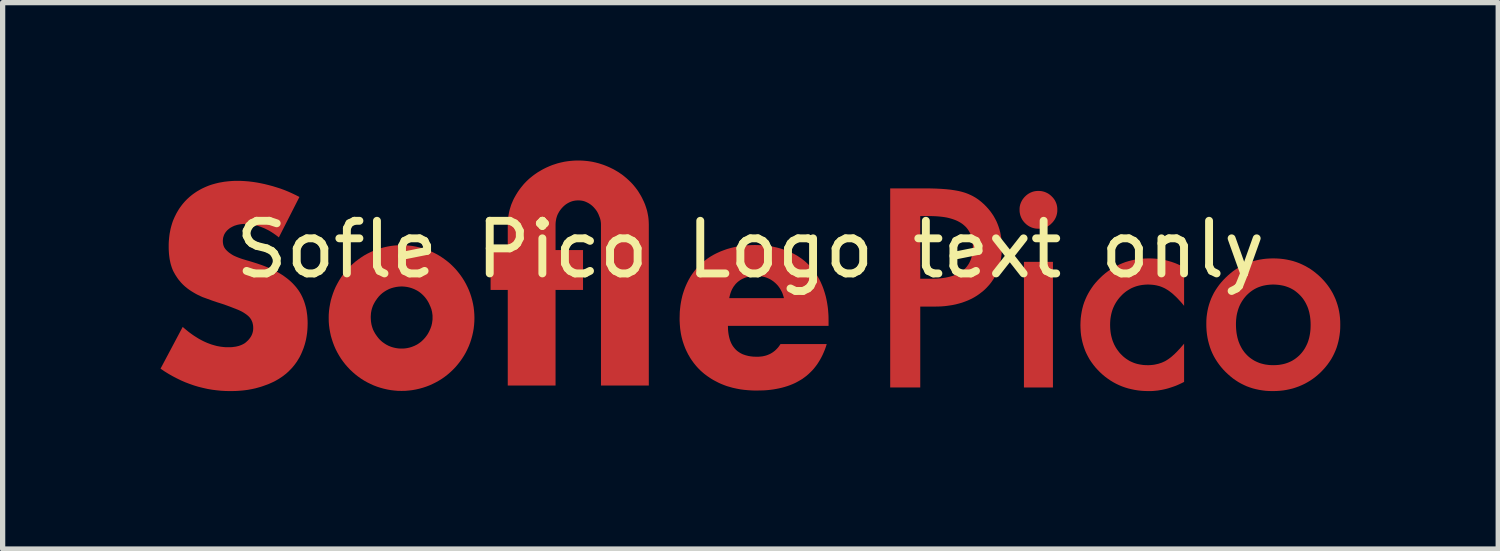
<source format=kicad_pcb>
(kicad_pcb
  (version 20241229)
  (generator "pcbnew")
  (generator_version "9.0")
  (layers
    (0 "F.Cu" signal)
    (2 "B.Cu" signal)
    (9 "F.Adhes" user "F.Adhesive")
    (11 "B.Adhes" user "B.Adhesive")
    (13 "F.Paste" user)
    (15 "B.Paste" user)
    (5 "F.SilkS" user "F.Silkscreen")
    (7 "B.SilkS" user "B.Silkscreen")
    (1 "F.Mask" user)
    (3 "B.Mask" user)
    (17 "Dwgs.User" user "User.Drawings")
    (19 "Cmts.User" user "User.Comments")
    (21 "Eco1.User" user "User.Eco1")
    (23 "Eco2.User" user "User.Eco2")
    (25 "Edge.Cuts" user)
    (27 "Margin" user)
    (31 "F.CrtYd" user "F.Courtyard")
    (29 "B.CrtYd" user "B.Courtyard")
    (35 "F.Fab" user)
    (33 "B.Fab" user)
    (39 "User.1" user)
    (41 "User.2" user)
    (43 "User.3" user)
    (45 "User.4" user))
  (footprint "Sofle Pico Logo text only"
    (layer "F.Cu")
    (at 11.207 2.19)
    (property "Reference" "Sofle Pico Logo text only" (at 0 -0.5 0) (unlocked yes) (layer "F.SilkS") (effects (font (size 1 1) (thickness 0.15))))
    (fp_poly (pts (xy 5.748 2.122) (xy 5.197 2.122) (xy 5.197 -0.265) (xy 5.748 -0.265)) (stroke (width 0) (type solid)) (fill yes) (layer "F.Cu"))
    (fp_poly (pts (xy 5.49 -1.612) (xy 5.508 -1.611) (xy 5.526 -1.609) (xy 5.543 -1.606) (xy 5.56 -1.602) (xy 5.577 -1.598) (xy 5.594 -1.592) (xy 5.61 -1.586) (xy 5.625 -1.579) (xy 5.641 -1.571) (xy 5.656 -1.563) (xy 5.671 -1.553) (xy 5.685 -1.543) (xy 5.699 -1.532) (xy 5.713 -1.52) (xy 5.726 -1.507) (xy 5.739 -1.494) (xy 5.751 -1.481) (xy 5.762 -1.467) (xy 5.772 -1.453) (xy 5.782 -1.438) (xy 5.79 -1.423) (xy 5.798 -1.408) (xy 5.805 -1.392) (xy 5.811 -1.377) (xy 5.817 -1.36) (xy 5.821 -1.344) (xy 5.825 -1.326) (xy 5.828 -1.309) (xy 5.83 -1.291) (xy 5.831 -1.273) (xy 5.831 -1.255) (xy 5.831 -1.236) (xy 5.83 -1.218) (xy 5.828 -1.2) (xy 5.825 -1.183) (xy 5.821 -1.166) (xy 5.817 -1.149) (xy 5.811 -1.132) (xy 5.805 -1.116) (xy 5.798 -1.1) (xy 5.79 -1.085) (xy 5.782 -1.07) (xy 5.772 -1.055) (xy 5.762 -1.041) (xy 5.751 -1.027) (xy 5.739 -1.013) (xy 5.726 -1) (xy 5.713 -0.987) (xy 5.7 -0.975) (xy 5.686 -0.964) (xy 5.672 -0.954) (xy 5.657 -0.944) (xy 5.642 -0.936) (xy 5.627 -0.928) (xy 5.612 -0.921) (xy 5.596 -0.915) (xy 5.579 -0.909) (xy 5.563 -0.905) (xy 5.546 -0.901) (xy 5.528 -0.898) (xy 5.51 -0.896) (xy 5.492 -0.895) (xy 5.474 -0.894) (xy 5.455 -0.895) (xy 5.437 -0.896) (xy 5.419 -0.898) (xy 5.402 -0.901) (xy 5.385 -0.905) (xy 5.368 -0.909) (xy 5.351 -0.915) (xy 5.335 -0.921) (xy 5.32 -0.928) (xy 5.304 -0.936) (xy 5.289 -0.944) (xy 5.274 -0.954) (xy 5.26 -0.964) (xy 5.246 -0.975) (xy 5.232 -0.987) (xy 5.219 -1) (xy 5.206 -1.013) (xy 5.194 -1.027) (xy 5.183 -1.041) (xy 5.173 -1.055) (xy 5.163 -1.07) (xy 5.155 -1.085) (xy 5.147 -1.101) (xy 5.14 -1.117) (xy 5.134 -1.133) (xy 5.128 -1.15) (xy 5.124 -1.167) (xy 5.12 -1.184) (xy 5.117 -1.202) (xy 5.115 -1.22) (xy 5.114 -1.238) (xy 5.114 -1.257) (xy 5.114 -1.275) (xy 5.115 -1.293) (xy 5.117 -1.31) (xy 5.12 -1.327) (xy 5.124 -1.344) (xy 5.128 -1.36) (xy 5.134 -1.376) (xy 5.14 -1.392) (xy 5.147 -1.407) (xy 5.155 -1.422) (xy 5.163 -1.437) (xy 5.173 -1.452) (xy 5.183 -1.466) (xy 5.194 -1.48) (xy 5.206 -1.494) (xy 5.219 -1.507) (xy 5.232 -1.52) (xy 5.246 -1.532) (xy 5.26 -1.543) (xy 5.274 -1.553) (xy 5.289 -1.563) (xy 5.304 -1.571) (xy 5.319 -1.579) (xy 5.335 -1.586) (xy 5.351 -1.592) (xy 5.367 -1.598) (xy 5.383 -1.602) (xy 5.4 -1.606) (xy 5.418 -1.609) (xy 5.435 -1.611) (xy 5.453 -1.612) (xy 5.471 -1.612)) (stroke (width 0) (type solid)) (fill yes) (layer "F.Cu"))
    (fp_poly (pts (xy 3.418 -1.66) (xy 3.526 -1.657) (xy 3.626 -1.652) (xy 3.72 -1.645) (xy 3.806 -1.636) (xy 3.885 -1.624) (xy 3.956 -1.611) (xy 4.021 -1.595) (xy 4.051 -1.586) (xy 4.081 -1.577) (xy 4.11 -1.566) (xy 4.139 -1.555) (xy 4.168 -1.542) (xy 4.196 -1.529) (xy 4.224 -1.515) (xy 4.251 -1.5) (xy 4.278 -1.484) (xy 4.304 -1.467) (xy 4.33 -1.449) (xy 4.355 -1.43) (xy 4.38 -1.41) (xy 4.404 -1.389) (xy 4.428 -1.368) (xy 4.452 -1.345) (xy 4.491 -1.305) (xy 4.528 -1.263) (xy 4.563 -1.22) (xy 4.594 -1.176) (xy 4.624 -1.13) (xy 4.65 -1.083) (xy 4.675 -1.035) (xy 4.696 -0.985) (xy 4.715 -0.934) (xy 4.732 -0.882) (xy 4.746 -0.829) (xy 4.757 -0.774) (xy 4.766 -0.718) (xy 4.773 -0.66) (xy 4.776 -0.602) (xy 4.778 -0.542) (xy 4.776 -0.478) (xy 4.772 -0.415) (xy 4.765 -0.354) (xy 4.756 -0.295) (xy 4.744 -0.238) (xy 4.729 -0.182) (xy 4.711 -0.128) (xy 4.691 -0.076) (xy 4.668 -0.025) (xy 4.642 0.023) (xy 4.613 0.071) (xy 4.582 0.116) (xy 4.548 0.16) (xy 4.511 0.202) (xy 4.472 0.243) (xy 4.43 0.282) (xy 4.385 0.318) (xy 4.339 0.353) (xy 4.291 0.385) (xy 4.241 0.415) (xy 4.189 0.442) (xy 4.135 0.467) (xy 4.079 0.489) (xy 4.021 0.51) (xy 3.962 0.527) (xy 3.9 0.543) (xy 3.837 0.556) (xy 3.771 0.566) (xy 3.704 0.575) (xy 3.635 0.581) (xy 3.564 0.584) (xy 3.491 0.585) (xy 3.227 0.585) (xy 3.227 2.122) (xy 2.656 2.122) (xy 2.656 -1.135) (xy 3.227 -1.135) (xy 3.227 0.056) (xy 3.44 0.056) (xy 3.535 0.054) (xy 3.624 0.047) (xy 3.707 0.035) (xy 3.784 0.018) (xy 3.82 0.008) (xy 3.855 -0.003) (xy 3.888 -0.015) (xy 3.919 -0.029) (xy 3.949 -0.044) (xy 3.978 -0.06) (xy 4.004 -0.077) (xy 4.03 -0.095) (xy 4.054 -0.115) (xy 4.076 -0.135) (xy 4.097 -0.157) (xy 4.116 -0.18) (xy 4.133 -0.204) (xy 4.15 -0.23) (xy 4.164 -0.256) (xy 4.177 -0.284) (xy 4.189 -0.313) (xy 4.199 -0.343) (xy 4.207 -0.375) (xy 4.214 -0.407) (xy 4.219 -0.441) (xy 4.223 -0.476) (xy 4.226 -0.512) (xy 4.226 -0.549) (xy 4.226 -0.585) (xy 4.223 -0.62) (xy 4.219 -0.654) (xy 4.214 -0.686) (xy 4.207 -0.718) (xy 4.198 -0.748) (xy 4.188 -0.777) (xy 4.176 -0.805) (xy 4.162 -0.832) (xy 4.147 -0.858) (xy 4.131 -0.882) (xy 4.112 -0.906) (xy 4.093 -0.928) (xy 4.071 -0.949) (xy 4.048 -0.969) (xy 4.024 -0.988) (xy 3.997 -1.006) (xy 3.97 -1.022) (xy 3.94 -1.038) (xy 3.91 -1.052) (xy 3.877 -1.065) (xy 3.843 -1.077) (xy 3.807 -1.088) (xy 3.77 -1.098) (xy 3.731 -1.107) (xy 3.691 -1.114) (xy 3.649 -1.12) (xy 3.605 -1.125) (xy 3.56 -1.129) (xy 3.514 -1.132) (xy 3.465 -1.134) (xy 3.415 -1.135) (xy 3.227 -1.135) (xy 2.656 -1.135) (xy 2.656 -1.661) (xy 3.303 -1.661)) (stroke (width 0) (type solid)) (fill yes) (layer "F.Cu"))
    (fp_poly (pts (xy 7.618 -0.33) (xy 7.661 -0.328) (xy 7.705 -0.325) (xy 7.748 -0.32) (xy 7.79 -0.314) (xy 7.833 -0.307) (xy 7.875 -0.299) (xy 7.917 -0.289) (xy 7.958 -0.277) (xy 8 -0.265) (xy 8.04 -0.251) (xy 8.081 -0.236) (xy 8.121 -0.219) (xy 8.161 -0.201) (xy 8.201 -0.182) (xy 8.24 -0.162) (xy 8.24 -0.162) (xy 8.24 -0.162) (xy 8.24 0.571) (xy 8.194 0.515) (xy 8.171 0.489) (xy 8.148 0.465) (xy 8.126 0.441) (xy 8.104 0.418) (xy 8.083 0.397) (xy 8.061 0.377) (xy 8.04 0.357) (xy 8.02 0.339) (xy 7.999 0.322) (xy 7.979 0.307) (xy 7.96 0.292) (xy 7.94 0.278) (xy 7.921 0.266) (xy 7.902 0.255) (xy 7.884 0.244) (xy 7.865 0.234) (xy 7.845 0.225) (xy 7.825 0.216) (xy 7.805 0.208) (xy 7.785 0.201) (xy 7.764 0.194) (xy 7.742 0.189) (xy 7.72 0.183) (xy 7.698 0.179) (xy 7.676 0.175) (xy 7.653 0.172) (xy 7.629 0.17) (xy 7.605 0.168) (xy 7.581 0.167) (xy 7.557 0.166) (xy 7.518 0.167) (xy 7.48 0.17) (xy 7.444 0.174) (xy 7.408 0.18) (xy 7.372 0.188) (xy 7.338 0.197) (xy 7.305 0.208) (xy 7.272 0.221) (xy 7.24 0.235) (xy 7.209 0.252) (xy 7.179 0.27) (xy 7.149 0.289) (xy 7.121 0.31) (xy 7.093 0.333) (xy 7.066 0.358) (xy 7.04 0.385) (xy 7.015 0.412) (xy 6.991 0.441) (xy 6.97 0.47) (xy 6.95 0.5) (xy 6.931 0.532) (xy 6.914 0.564) (xy 6.899 0.596) (xy 6.885 0.63) (xy 6.873 0.665) (xy 6.863 0.7) (xy 6.854 0.737) (xy 6.847 0.774) (xy 6.841 0.812) (xy 6.837 0.851) (xy 6.835 0.89) (xy 6.834 0.931) (xy 6.835 0.972) (xy 6.837 1.013) (xy 6.841 1.053) (xy 6.846 1.091) (xy 6.853 1.129) (xy 6.862 1.166) (xy 6.872 1.202) (xy 6.883 1.237) (xy 6.897 1.271) (xy 6.911 1.304) (xy 6.928 1.336) (xy 6.945 1.367) (xy 6.965 1.397) (xy 6.986 1.426) (xy 7.008 1.455) (xy 7.032 1.482) (xy 7.058 1.508) (xy 7.084 1.533) (xy 7.112 1.556) (xy 7.14 1.577) (xy 7.169 1.596) (xy 7.198 1.614) (xy 7.229 1.63) (xy 7.261 1.644) (xy 7.293 1.657) (xy 7.327 1.668) (xy 7.361 1.677) (xy 7.396 1.684) (xy 7.432 1.69) (xy 7.468 1.695) (xy 7.506 1.697) (xy 7.544 1.698) (xy 7.569 1.698) (xy 7.593 1.697) (xy 7.617 1.695) (xy 7.641 1.693) (xy 7.664 1.69) (xy 7.687 1.686) (xy 7.709 1.681) (xy 7.731 1.676) (xy 7.753 1.671) (xy 7.774 1.664) (xy 7.795 1.657) (xy 7.816 1.65) (xy 7.836 1.641) (xy 7.856 1.632) (xy 7.876 1.623) (xy 7.895 1.612) (xy 7.913 1.601) (xy 7.932 1.589) (xy 7.952 1.575) (xy 7.971 1.561) (xy 7.992 1.545) (xy 8.012 1.528) (xy 8.033 1.509) (xy 8.055 1.49) (xy 8.076 1.469) (xy 8.099 1.447) (xy 8.121 1.423) (xy 8.144 1.399) (xy 8.168 1.373) (xy 8.191 1.346) (xy 8.216 1.318) (xy 8.24 1.289) (xy 8.24 2.016) (xy 8.198 2.037) (xy 8.156 2.057) (xy 8.114 2.076) (xy 8.072 2.093) (xy 8.03 2.108) (xy 7.988 2.122) (xy 7.947 2.135) (xy 7.905 2.147) (xy 7.863 2.157) (xy 7.821 2.166) (xy 7.779 2.173) (xy 7.737 2.18) (xy 7.695 2.184) (xy 7.653 2.188) (xy 7.611 2.19) (xy 7.569 2.19) (xy 7.5 2.189) (xy 7.433 2.185) (xy 7.368 2.178) (xy 7.303 2.168) (xy 7.241 2.155) (xy 7.179 2.14) (xy 7.119 2.122) (xy 7.06 2.101) (xy 7.003 2.077) (xy 6.948 2.051) (xy 6.893 2.021) (xy 6.84 1.989) (xy 6.789 1.954) (xy 6.739 1.917) (xy 6.69 1.876) (xy 6.643 1.833) (xy 6.598 1.787) (xy 6.555 1.74) (xy 6.516 1.691) (xy 6.48 1.642) (xy 6.446 1.591) (xy 6.416 1.538) (xy 6.388 1.484) (xy 6.363 1.429) (xy 6.342 1.372) (xy 6.323 1.314) (xy 6.307 1.255) (xy 6.294 1.195) (xy 6.283 1.133) (xy 6.276 1.069) (xy 6.272 1.004) (xy 6.27 0.938) (xy 6.272 0.872) (xy 6.276 0.807) (xy 6.284 0.744) (xy 6.294 0.682) (xy 6.307 0.621) (xy 6.323 0.561) (xy 6.342 0.503) (xy 6.365 0.446) (xy 6.39 0.39) (xy 6.418 0.336) (xy 6.449 0.283) (xy 6.483 0.231) (xy 6.519 0.18) (xy 6.559 0.131) (xy 6.602 0.083) (xy 6.648 0.037) (xy 6.695 -0.008) (xy 6.745 -0.05) (xy 6.795 -0.088) (xy 6.847 -0.124) (xy 6.9 -0.157) (xy 6.955 -0.187) (xy 7.011 -0.215) (xy 7.068 -0.239) (xy 7.126 -0.261) (xy 7.186 -0.279) (xy 7.248 -0.295) (xy 7.31 -0.308) (xy 7.374 -0.318) (xy 7.439 -0.325) (xy 7.506 -0.329) (xy 7.574 -0.331)) (stroke (width 0) (type solid)) (fill yes) (layer "F.Cu"))
    (fp_poly (pts (xy 10 -0.329) (xy 10.064 -0.325) (xy 10.128 -0.318) (xy 10.19 -0.308) (xy 10.251 -0.295) (xy 10.311 -0.28) (xy 10.37 -0.261) (xy 10.427 -0.24) (xy 10.483 -0.215) (xy 10.538 -0.188) (xy 10.591 -0.158) (xy 10.644 -0.126) (xy 10.695 -0.09) (xy 10.744 -0.051) (xy 10.793 -0.01) (xy 10.84 0.034) (xy 10.884 0.08) (xy 10.926 0.128) (xy 10.965 0.177) (xy 11.001 0.227) (xy 11.034 0.279) (xy 11.064 0.331) (xy 11.091 0.386) (xy 11.116 0.441) (xy 11.137 0.498) (xy 11.156 0.556) (xy 11.172 0.615) (xy 11.185 0.676) (xy 11.195 0.737) (xy 11.202 0.801) (xy 11.206 0.865) (xy 11.207 0.931) (xy 11.206 0.997) (xy 11.202 1.062) (xy 11.194 1.126) (xy 11.184 1.188) (xy 11.171 1.249) (xy 11.155 1.309) (xy 11.137 1.367) (xy 11.115 1.424) (xy 11.09 1.48) (xy 11.063 1.534) (xy 11.033 1.587) (xy 10.999 1.638) (xy 10.963 1.688) (xy 10.924 1.737) (xy 10.882 1.784) (xy 10.838 1.83) (xy 10.79 1.874) (xy 10.742 1.915) (xy 10.692 1.953) (xy 10.641 1.988) (xy 10.588 2.02) (xy 10.534 2.05) (xy 10.479 2.076) (xy 10.423 2.1) (xy 10.365 2.121) (xy 10.306 2.14) (xy 10.245 2.155) (xy 10.184 2.168) (xy 10.121 2.178) (xy 10.056 2.185) (xy 9.991 2.189) (xy 9.924 2.19) (xy 9.857 2.189) (xy 9.792 2.185) (xy 9.728 2.177) (xy 9.666 2.167) (xy 9.605 2.154) (xy 9.546 2.139) (xy 9.487 2.12) (xy 9.43 2.099) (xy 9.375 2.074) (xy 9.321 2.047) (xy 9.268 2.017) (xy 9.217 1.984) (xy 9.166 1.948) (xy 9.118 1.909) (xy 9.07 1.867) (xy 9.024 1.823) (xy 8.98 1.777) (xy 8.939 1.729) (xy 8.901 1.68) (xy 8.866 1.63) (xy 8.833 1.578) (xy 8.803 1.525) (xy 8.776 1.47) (xy 8.752 1.414) (xy 8.731 1.356) (xy 8.713 1.297) (xy 8.697 1.236) (xy 8.684 1.174) (xy 8.674 1.111) (xy 8.667 1.046) (xy 8.663 0.979) (xy 8.662 0.921) (xy 9.225 0.921) (xy 9.226 0.965) (xy 9.228 1.008) (xy 9.232 1.05) (xy 9.237 1.091) (xy 9.244 1.13) (xy 9.252 1.168) (xy 9.262 1.206) (xy 9.273 1.242) (xy 9.286 1.276) (xy 9.3 1.31) (xy 9.316 1.342) (xy 9.333 1.374) (xy 9.351 1.404) (xy 9.372 1.433) (xy 9.393 1.461) (xy 9.416 1.487) (xy 9.441 1.513) (xy 9.467 1.537) (xy 9.494 1.559) (xy 9.522 1.579) (xy 9.551 1.598) (xy 9.581 1.616) (xy 9.612 1.631) (xy 9.644 1.645) (xy 9.676 1.658) (xy 9.71 1.668) (xy 9.745 1.677) (xy 9.781 1.685) (xy 9.817 1.69) (xy 9.855 1.695) (xy 9.894 1.697) (xy 9.933 1.698) (xy 9.973 1.697) (xy 10.012 1.695) (xy 10.05 1.691) (xy 10.087 1.685) (xy 10.123 1.678) (xy 10.158 1.669) (xy 10.192 1.658) (xy 10.224 1.646) (xy 10.256 1.632) (xy 10.287 1.617) (xy 10.317 1.599) (xy 10.345 1.581) (xy 10.373 1.56) (xy 10.4 1.538) (xy 10.426 1.515) (xy 10.45 1.49) (xy 10.474 1.463) (xy 10.496 1.435) (xy 10.516 1.407) (xy 10.535 1.377) (xy 10.552 1.346) (xy 10.568 1.314) (xy 10.583 1.281) (xy 10.596 1.246) (xy 10.607 1.211) (xy 10.617 1.175) (xy 10.625 1.137) (xy 10.632 1.099) (xy 10.637 1.059) (xy 10.641 1.018) (xy 10.643 0.976) (xy 10.644 0.933) (xy 10.643 0.89) (xy 10.641 0.849) (xy 10.637 0.808) (xy 10.632 0.768) (xy 10.625 0.73) (xy 10.617 0.692) (xy 10.607 0.656) (xy 10.596 0.62) (xy 10.583 0.586) (xy 10.568 0.553) (xy 10.552 0.521) (xy 10.535 0.49) (xy 10.516 0.46) (xy 10.496 0.431) (xy 10.474 0.404) (xy 10.45 0.377) (xy 10.425 0.352) (xy 10.399 0.328) (xy 10.372 0.306) (xy 10.345 0.285) (xy 10.316 0.266) (xy 10.286 0.249) (xy 10.255 0.233) (xy 10.223 0.219) (xy 10.19 0.207) (xy 10.157 0.196) (xy 10.122 0.187) (xy 10.086 0.18) (xy 10.049 0.174) (xy 10.012 0.17) (xy 9.973 0.167) (xy 9.933 0.166) (xy 9.894 0.167) (xy 9.856 0.17) (xy 9.819 0.174) (xy 9.783 0.18) (xy 9.748 0.187) (xy 9.713 0.196) (xy 9.68 0.207) (xy 9.647 0.219) (xy 9.616 0.233) (xy 9.585 0.249) (xy 9.556 0.266) (xy 9.527 0.285) (xy 9.499 0.306) (xy 9.472 0.328) (xy 9.446 0.352) (xy 9.421 0.377) (xy 9.398 0.404) (xy 9.375 0.432) (xy 9.355 0.461) (xy 9.336 0.49) (xy 9.318 0.521) (xy 9.302 0.552) (xy 9.287 0.585) (xy 9.274 0.619) (xy 9.263 0.653) (xy 9.253 0.688) (xy 9.244 0.725) (xy 9.237 0.762) (xy 9.232 0.801) (xy 9.228 0.84) (xy 9.226 0.88) (xy 9.225 0.921) (xy 8.662 0.921) (xy 8.662 0.911) (xy 8.662 0.911) (xy 8.663 0.847) (xy 8.667 0.785) (xy 8.675 0.723) (xy 8.685 0.663) (xy 8.698 0.603) (xy 8.714 0.545) (xy 8.733 0.489) (xy 8.754 0.433) (xy 8.779 0.379) (xy 8.806 0.325) (xy 8.837 0.273) (xy 8.87 0.223) (xy 8.906 0.173) (xy 8.945 0.125) (xy 8.987 0.078) (xy 9.032 0.032) (xy 9.079 -0.012) (xy 9.127 -0.053) (xy 9.176 -0.092) (xy 9.227 -0.127) (xy 9.279 -0.159) (xy 9.332 -0.189) (xy 9.386 -0.216) (xy 9.442 -0.24) (xy 9.499 -0.261) (xy 9.557 -0.28) (xy 9.617 -0.295) (xy 9.678 -0.308) (xy 9.74 -0.318) (xy 9.803 -0.325) (xy 9.868 -0.329) (xy 9.933 -0.331)) (stroke (width 0) (type solid)) (fill yes) (layer "F.Cu"))
    (fp_poly (pts (xy -3.237 -2.19) (xy -3.203 -2.189) (xy -3.17 -2.187) (xy -3.137 -2.184) (xy -3.104 -2.181) (xy -3.071 -2.177) (xy -3.039 -2.172) (xy -3.007 -2.167) (xy -2.975 -2.16) (xy -2.943 -2.153) (xy -2.912 -2.145) (xy -2.881 -2.137) (xy -2.85 -2.127) (xy -2.819 -2.117) (xy -2.789 -2.107) (xy -2.758 -2.095) (xy -2.728 -2.083) (xy -2.698 -2.07) (xy -2.669 -2.057) (xy -2.64 -2.043) (xy -2.611 -2.029) (xy -2.583 -2.014) (xy -2.556 -1.998) (xy -2.529 -1.982) (xy -2.502 -1.966) (xy -2.477 -1.948) (xy -2.451 -1.931) (xy -2.426 -1.913) (xy -2.402 -1.894) (xy -2.378 -1.874) (xy -2.355 -1.855) (xy -2.332 -1.834) (xy -2.309 -1.813) (xy -2.287 -1.792) (xy -2.265 -1.77) (xy -2.244 -1.748) (xy -2.224 -1.725) (xy -2.204 -1.701) (xy -2.185 -1.678) (xy -2.166 -1.653) (xy -2.148 -1.629) (xy -2.131 -1.604) (xy -2.115 -1.578) (xy -2.099 -1.552) (xy -2.083 -1.525) (xy -2.068 -1.498) (xy -2.054 -1.471) (xy -2.041 -1.443) (xy -2.027 -1.415) (xy -2.015 -1.387) (xy -2.003 -1.359) (xy -1.993 -1.33) (xy -1.983 -1.301) (xy -1.974 -1.272) (xy -1.965 -1.243) (xy -1.958 -1.213) (xy -1.952 -1.183) (xy -1.946 -1.153) (xy -1.941 -1.123) (xy -1.937 -1.092) (xy -1.934 -1.061) (xy -1.932 -1.029) (xy -1.931 -0.998) (xy -1.93 -0.966) (xy -1.93 2.085) (xy -2.839 2.085) (xy -2.839 -0.966) (xy -2.839 -0.977) (xy -2.839 -0.988) (xy -2.84 -0.999) (xy -2.841 -1.011) (xy -2.842 -1.021) (xy -2.844 -1.032) (xy -2.845 -1.043) (xy -2.847 -1.054) (xy -2.85 -1.064) (xy -2.852 -1.075) (xy -2.855 -1.085) (xy -2.858 -1.096) (xy -2.862 -1.106) (xy -2.866 -1.116) (xy -2.87 -1.127) (xy -2.874 -1.137) (xy -2.878 -1.147) (xy -2.882 -1.158) (xy -2.886 -1.168) (xy -2.891 -1.178) (xy -2.896 -1.188) (xy -2.901 -1.198) (xy -2.906 -1.207) (xy -2.911 -1.217) (xy -2.917 -1.226) (xy -2.923 -1.235) (xy -2.929 -1.244) (xy -2.936 -1.253) (xy -2.943 -1.262) (xy -2.95 -1.271) (xy -2.957 -1.279) (xy -2.964 -1.287) (xy -2.971 -1.295) (xy -2.978 -1.303) (xy -2.986 -1.311) (xy -2.993 -1.318) (xy -3.001 -1.325) (xy -3.009 -1.333) (xy -3.017 -1.339) (xy -3.026 -1.346) (xy -3.034 -1.353) (xy -3.043 -1.359) (xy -3.052 -1.365) (xy -3.061 -1.371) (xy -3.07 -1.377) (xy -3.08 -1.382) (xy -3.09 -1.387) (xy -3.1 -1.393) (xy -3.109 -1.397) (xy -3.119 -1.402) (xy -3.129 -1.406) (xy -3.139 -1.41) (xy -3.149 -1.414) (xy -3.159 -1.417) (xy -3.169 -1.42) (xy -3.18 -1.423) (xy -3.191 -1.425) (xy -3.202 -1.427) (xy -3.213 -1.429) (xy -3.224 -1.43) (xy -3.235 -1.431) (xy -3.247 -1.432) (xy -3.258 -1.433) (xy -3.27 -1.433) (xy -3.282 -1.433) (xy -3.294 -1.432) (xy -3.305 -1.431) (xy -3.317 -1.43) (xy -3.328 -1.429) (xy -3.34 -1.427) (xy -3.351 -1.425) (xy -3.362 -1.423) (xy -3.373 -1.42) (xy -3.384 -1.417) (xy -3.394 -1.414) (xy -3.405 -1.41) (xy -3.415 -1.406) (xy -3.426 -1.402) (xy -3.436 -1.397) (xy -3.446 -1.393) (xy -3.456 -1.387) (xy -3.466 -1.382) (xy -3.475 -1.377) (xy -3.484 -1.371) (xy -3.494 -1.365) (xy -3.503 -1.359) (xy -3.511 -1.353) (xy -3.52 -1.346) (xy -3.528 -1.339) (xy -3.536 -1.333) (xy -3.544 -1.325) (xy -3.552 -1.318) (xy -3.56 -1.311) (xy -3.567 -1.303) (xy -3.574 -1.295) (xy -3.581 -1.287) (xy -3.588 -1.28) (xy -3.595 -1.272) (xy -3.601 -1.264) (xy -3.608 -1.255) (xy -3.614 -1.247) (xy -3.62 -1.238) (xy -3.626 -1.23) (xy -3.632 -1.221) (xy -3.637 -1.211) (xy -3.643 -1.202) (xy -3.648 -1.192) (xy -3.653 -1.183) (xy -3.658 -1.173) (xy -3.663 -1.163) (xy -3.667 -1.152) (xy -3.672 -1.142) (xy -3.675 -1.131) (xy -3.679 -1.12) (xy -3.682 -1.109) (xy -3.685 -1.099) (xy -3.688 -1.088) (xy -3.69 -1.077) (xy -3.692 -1.066) (xy -3.694 -1.055) (xy -3.696 -1.044) (xy -3.698 -1.033) (xy -3.699 -1.022) (xy -3.7 -1.011) (xy -3.701 -1) (xy -3.701 -0.988) (xy -3.702 -0.977) (xy -3.702 -0.966) (xy -3.702 -0.489) (xy -3.18 -0.489) (xy -3.18 0.268) (xy -3.702 0.268) (xy -3.702 2.085) (xy -4.61 2.085) (xy -4.61 0.268) (xy -4.936 0.268) (xy -4.936 -0.489) (xy -4.61 -0.489) (xy -4.61 -0.966) (xy -4.61 -0.998) (xy -4.608 -1.029) (xy -4.606 -1.061) (xy -4.603 -1.092) (xy -4.6 -1.123) (xy -4.595 -1.153) (xy -4.59 -1.183) (xy -4.584 -1.213) (xy -4.577 -1.243) (xy -4.569 -1.272) (xy -4.56 -1.301) (xy -4.551 -1.33) (xy -4.541 -1.359) (xy -4.529 -1.387) (xy -4.517 -1.415) (xy -4.505 -1.443) (xy -4.491 -1.471) (xy -4.476 -1.498) (xy -4.461 -1.525) (xy -4.445 -1.552) (xy -4.429 -1.578) (xy -4.412 -1.604) (xy -4.395 -1.629) (xy -4.377 -1.653) (xy -4.358 -1.678) (xy -4.339 -1.701) (xy -4.32 -1.725) (xy -4.3 -1.748) (xy -4.279 -1.77) (xy -4.258 -1.792) (xy -4.236 -1.813) (xy -4.214 -1.834) (xy -4.19 -1.855) (xy -4.166 -1.874) (xy -4.142 -1.894) (xy -4.117 -1.913) (xy -4.092 -1.931) (xy -4.067 -1.948) (xy -4.041 -1.966) (xy -4.014 -1.982) (xy -3.987 -1.998) (xy -3.96 -2.014) (xy -3.932 -2.029) (xy -3.904 -2.043) (xy -3.876 -2.057) (xy -3.846 -2.07) (xy -3.817 -2.083) (xy -3.787 -2.095) (xy -3.756 -2.107) (xy -3.725 -2.117) (xy -3.694 -2.127) (xy -3.663 -2.137) (xy -3.631 -2.145) (xy -3.599 -2.153) (xy -3.567 -2.16) (xy -3.535 -2.167) (xy -3.503 -2.172) (xy -3.47 -2.177) (xy -3.437 -2.181) (xy -3.404 -2.184) (xy -3.371 -2.187) (xy -3.338 -2.189) (xy -3.304 -2.19) (xy -3.27 -2.19)) (stroke (width 0) (type solid)) (fill yes) (layer "F.Cu"))
    (fp_poly (pts (xy 0.166 -0.583) (xy 0.244 -0.578) (xy 0.283 -0.575) (xy 0.321 -0.57) (xy 0.358 -0.565) (xy 0.395 -0.56) (xy 0.431 -0.553) (xy 0.467 -0.545) (xy 0.503 -0.537) (xy 0.538 -0.528) (xy 0.572 -0.518) (xy 0.606 -0.508) (xy 0.639 -0.496) (xy 0.672 -0.484) (xy 0.705 -0.472) (xy 0.736 -0.459) (xy 0.767 -0.445) (xy 0.798 -0.431) (xy 0.827 -0.416) (xy 0.857 -0.4) (xy 0.885 -0.384) (xy 0.913 -0.366) (xy 0.94 -0.348) (xy 0.967 -0.33) (xy 0.993 -0.31) (xy 1.018 -0.29) (xy 1.043 -0.27) (xy 1.067 -0.248) (xy 1.091 -0.226) (xy 1.114 -0.203) (xy 1.136 -0.18) (xy 1.158 -0.155) (xy 1.179 -0.131) (xy 1.199 -0.105) (xy 1.218 -0.079) (xy 1.237 -0.052) (xy 1.256 -0.024) (xy 1.273 0.004) (xy 1.29 0.033) (xy 1.306 0.062) (xy 1.322 0.092) (xy 1.337 0.123) (xy 1.351 0.155) (xy 1.365 0.187) (xy 1.378 0.22) (xy 1.39 0.253) (xy 1.401 0.287) (xy 1.412 0.321) (xy 1.422 0.356) (xy 1.432 0.391) (xy 1.44 0.426) (xy 1.448 0.463) (xy 1.455 0.5) (xy 1.461 0.537) (xy 1.467 0.575) (xy 1.472 0.613) (xy 1.476 0.652) (xy 1.479 0.692) (xy 1.482 0.732) (xy 1.484 0.773) (xy 1.485 0.856) (xy 1.485 0.951) (xy -0.427 0.951) (xy -0.425 1.022) (xy -0.422 1.056) (xy -0.418 1.089) (xy -0.413 1.12) (xy -0.407 1.15) (xy -0.4 1.18) (xy -0.392 1.208) (xy -0.383 1.235) (xy -0.373 1.261) (xy -0.362 1.285) (xy -0.349 1.309) (xy -0.336 1.331) (xy -0.321 1.352) (xy -0.305 1.372) (xy -0.289 1.391) (xy -0.271 1.409) (xy -0.252 1.426) (xy -0.232 1.441) (xy -0.211 1.455) (xy -0.189 1.469) (xy -0.166 1.481) (xy -0.142 1.492) (xy -0.116 1.501) (xy -0.09 1.51) (xy -0.062 1.517) (xy -0.034 1.524) (xy -0.004 1.529) (xy 0.027 1.533) (xy 0.058 1.536) (xy 0.091 1.537) (xy 0.125 1.538) (xy 0.162 1.537) (xy 0.197 1.534) (xy 0.231 1.53) (xy 0.264 1.523) (xy 0.296 1.515) (xy 0.327 1.504) (xy 0.356 1.492) (xy 0.385 1.478) (xy 0.412 1.462) (xy 0.438 1.444) (xy 0.464 1.424) (xy 0.487 1.403) (xy 0.51 1.379) (xy 0.532 1.354) (xy 0.552 1.326) (xy 0.572 1.297) (xy 1.45 1.297) (xy 1.433 1.352) (xy 1.414 1.404) (xy 1.393 1.455) (xy 1.371 1.504) (xy 1.347 1.552) (xy 1.322 1.597) (xy 1.295 1.641) (xy 1.267 1.684) (xy 1.237 1.724) (xy 1.206 1.763) (xy 1.173 1.8) (xy 1.138 1.835) (xy 1.102 1.869) (xy 1.065 1.901) (xy 1.025 1.931) (xy 0.985 1.96) (xy 0.942 1.986) (xy 0.898 2.011) (xy 0.853 2.035) (xy 0.806 2.056) (xy 0.757 2.076) (xy 0.707 2.094) (xy 0.656 2.11) (xy 0.602 2.125) (xy 0.547 2.138) (xy 0.491 2.149) (xy 0.433 2.159) (xy 0.374 2.167) (xy 0.313 2.173) (xy 0.25 2.177) (xy 0.12 2.18) (xy 0.04 2.179) (xy -0.039 2.174) (xy -0.117 2.167) (xy -0.192 2.157) (xy -0.266 2.143) (xy -0.338 2.127) (xy -0.408 2.107) (xy -0.443 2.097) (xy -0.477 2.085) (xy -0.511 2.072) (xy -0.543 2.059) (xy -0.576 2.045) (xy -0.608 2.03) (xy -0.639 2.014) (xy -0.67 1.998) (xy -0.7 1.982) (xy -0.729 1.965) (xy -0.758 1.947) (xy -0.786 1.928) (xy -0.814 1.909) (xy -0.841 1.889) (xy -0.868 1.869) (xy -0.894 1.848) (xy -0.919 1.826) (xy -0.944 1.804) (xy -0.967 1.781) (xy -0.99 1.758) (xy -1.012 1.734) (xy -1.034 1.709) (xy -1.054 1.684) (xy -1.075 1.659) (xy -1.094 1.632) (xy -1.113 1.606) (xy -1.131 1.579) (xy -1.149 1.551) (xy -1.165 1.522) (xy -1.182 1.494) (xy -1.197 1.464) (xy -1.212 1.434) (xy -1.226 1.404) (xy -1.24 1.372) (xy -1.252 1.341) (xy -1.264 1.309) (xy -1.275 1.276) (xy -1.286 1.243) (xy -1.295 1.21) (xy -1.304 1.176) (xy -1.312 1.141) (xy -1.319 1.106) (xy -1.325 1.071) (xy -1.33 1.035) (xy -1.335 0.999) (xy -1.338 0.962) (xy -1.341 0.925) (xy -1.343 0.887) (xy -1.345 0.849) (xy -1.345 0.81) (xy -1.343 0.731) (xy -1.342 0.692) (xy -1.339 0.654) (xy -1.335 0.616) (xy -1.331 0.579) (xy -1.326 0.542) (xy -1.32 0.506) (xy -1.313 0.47) (xy -1.306 0.434) (xy -1.303 0.424) (xy -0.402 0.424) (xy 0.637 0.424) (xy 0.631 0.4) (xy 0.624 0.378) (xy 0.617 0.355) (xy 0.609 0.333) (xy 0.6 0.312) (xy 0.59 0.292) (xy 0.579 0.272) (xy 0.568 0.252) (xy 0.556 0.233) (xy 0.543 0.215) (xy 0.53 0.197) (xy 0.516 0.18) (xy 0.501 0.164) (xy 0.485 0.148) (xy 0.469 0.133) (xy 0.451 0.118) (xy 0.434 0.104) (xy 0.415 0.091) (xy 0.397 0.079) (xy 0.377 0.067) (xy 0.358 0.057) (xy 0.338 0.048) (xy 0.317 0.039) (xy 0.296 0.031) (xy 0.274 0.025) (xy 0.252 0.019) (xy 0.23 0.014) (xy 0.207 0.01) (xy 0.183 0.007) (xy 0.159 0.004) (xy 0.135 0.003) (xy 0.11 0.003) (xy 0.084 0.003) (xy 0.059 0.004) (xy 0.034 0.006) (xy 0.01 0.009) (xy -0.014 0.013) (xy -0.037 0.018) (xy -0.06 0.024) (xy -0.082 0.03) (xy -0.103 0.037) (xy -0.124 0.046) (xy -0.144 0.055) (xy -0.164 0.065) (xy -0.183 0.075) (xy -0.201 0.087) (xy -0.219 0.1) (xy -0.236 0.113) (xy -0.252 0.127) (xy -0.267 0.142) (xy -0.282 0.157) (xy -0.295 0.174) (xy -0.308 0.191) (xy -0.321 0.208) (xy -0.332 0.227) (xy -0.343 0.246) (xy -0.353 0.266) (xy -0.362 0.286) (xy -0.37 0.307) (xy -0.378 0.329) (xy -0.385 0.352) (xy -0.391 0.375) (xy -0.397 0.399) (xy -0.402 0.424) (xy -1.303 0.424) (xy -1.298 0.4) (xy -1.289 0.365) (xy -1.279 0.332) (xy -1.268 0.298) (xy -1.257 0.266) (xy -1.245 0.233) (xy -1.232 0.201) (xy -1.218 0.169) (xy -1.204 0.138) (xy -1.189 0.108) (xy -1.174 0.078) (xy -1.157 0.049) (xy -1.141 0.02) (xy -1.123 -0.008) (xy -1.105 -0.035) (xy -1.086 -0.061) (xy -1.066 -0.088) (xy -1.046 -0.113) (xy -1.025 -0.138) (xy -1.004 -0.162) (xy -0.982 -0.185) (xy -0.959 -0.208) (xy -0.935 -0.23) (xy -0.911 -0.252) (xy -0.886 -0.273) (xy -0.861 -0.293) (xy -0.835 -0.313) (xy -0.809 -0.332) (xy -0.782 -0.35) (xy -0.754 -0.368) (xy -0.726 -0.384) (xy -0.697 -0.401) (xy -0.668 -0.416) (xy -0.638 -0.431) (xy -0.607 -0.445) (xy -0.576 -0.459) (xy -0.544 -0.472) (xy -0.512 -0.484) (xy -0.479 -0.496) (xy -0.445 -0.508) (xy -0.41 -0.518) (xy -0.375 -0.528) (xy -0.339 -0.537) (xy -0.303 -0.545) (xy -0.267 -0.553) (xy -0.23 -0.56) (xy -0.192 -0.565) (xy -0.154 -0.57) (xy -0.116 -0.575) (xy -0.076 -0.578) (xy -0.037 -0.581) (xy 0.003 -0.583) (xy 0.044 -0.584) (xy 0.085 -0.585)) (stroke (width 0) (type solid)) (fill yes) (layer "F.Cu"))
    (fp_poly (pts (xy -6.559 -0.58) (xy -6.491 -0.575) (xy -6.423 -0.567) (xy -6.356 -0.555) (xy -6.29 -0.54) (xy -6.225 -0.522) (xy -6.161 -0.501) (xy -6.098 -0.477) (xy -6.036 -0.449) (xy -5.976 -0.419) (xy -5.917 -0.386) (xy -5.859 -0.349) (xy -5.804 -0.31) (xy -5.75 -0.269) (xy -5.698 -0.224) (xy -5.649 -0.177) (xy -5.601 -0.127) (xy -5.557 -0.075) (xy -5.515 -0.021) (xy -5.476 0.034) (xy -5.439 0.092) (xy -5.406 0.151) (xy -5.376 0.211) (xy -5.348 0.273) (xy -5.324 0.336) (xy -5.303 0.4) (xy -5.285 0.465) (xy -5.27 0.531) (xy -5.258 0.598) (xy -5.25 0.666) (xy -5.245 0.734) (xy -5.243 0.803) (xy -5.245 0.871) (xy -5.25 0.939) (xy -5.258 1.007) (xy -5.27 1.074) (xy -5.285 1.14) (xy -5.303 1.205) (xy -5.324 1.269) (xy -5.348 1.332) (xy -5.376 1.394) (xy -5.406 1.455) (xy -5.439 1.513) (xy -5.476 1.571) (xy -5.515 1.626) (xy -5.557 1.68) (xy -5.601 1.732) (xy -5.649 1.782) (xy -5.698 1.829) (xy -5.75 1.874) (xy -5.804 1.916) (xy -5.859 1.955) (xy -5.917 1.991) (xy -5.976 2.024) (xy -6.036 2.054) (xy -6.098 2.082) (xy -6.161 2.106) (xy -6.225 2.127) (xy -6.29 2.145) (xy -6.356 2.16) (xy -6.423 2.172) (xy -6.491 2.18) (xy -6.559 2.186) (xy -6.628 2.187) (xy -6.696 2.186) (xy -6.765 2.18) (xy -6.832 2.172) (xy -6.899 2.16) (xy -6.965 2.145) (xy -7.03 2.127) (xy -7.095 2.106) (xy -7.158 2.082) (xy -7.219 2.054) (xy -7.28 2.024) (xy -7.339 1.991) (xy -7.396 1.955) (xy -7.451 1.916) (xy -7.505 1.874) (xy -7.557 1.829) (xy -7.607 1.782) (xy -7.654 1.732) (xy -7.699 1.68) (xy -7.741 1.626) (xy -7.78 1.571) (xy -7.816 1.513) (xy -7.849 1.455) (xy -7.88 1.394) (xy -7.907 1.332) (xy -7.931 1.269) (xy -7.952 1.205) (xy -7.971 1.14) (xy -7.985 1.074) (xy -7.997 1.007) (xy -8.006 0.939) (xy -8.011 0.871) (xy -8.012 0.803) (xy -8.012 0.785) (xy -7.213 0.785) (xy -7.213 0.802) (xy -7.212 0.818) (xy -7.211 0.834) (xy -7.21 0.849) (xy -7.209 0.865) (xy -7.207 0.88) (xy -7.204 0.896) (xy -7.202 0.911) (xy -7.199 0.926) (xy -7.195 0.941) (xy -7.192 0.955) (xy -7.187 0.97) (xy -7.183 0.984) (xy -7.178 0.998) (xy -7.173 1.012) (xy -7.168 1.026) (xy -7.161 1.039) (xy -7.155 1.052) (xy -7.148 1.065) (xy -7.141 1.077) (xy -7.134 1.09) (xy -7.127 1.102) (xy -7.119 1.114) (xy -7.111 1.125) (xy -7.103 1.137) (xy -7.095 1.148) (xy -7.087 1.159) (xy -7.078 1.17) (xy -7.07 1.181) (xy -7.061 1.191) (xy -7.052 1.202) (xy -7.042 1.212) (xy -7.032 1.222) (xy -7.022 1.231) (xy -7.011 1.241) (xy -7.001 1.25) (xy -6.99 1.259) (xy -6.979 1.267) (xy -6.967 1.275) (xy -6.956 1.283) (xy -6.944 1.291) (xy -6.932 1.299) (xy -6.92 1.306) (xy -6.908 1.313) (xy -6.895 1.319) (xy -6.883 1.326) (xy -6.87 1.332) (xy -6.857 1.337) (xy -6.843 1.343) (xy -6.829 1.348) (xy -6.815 1.353) (xy -6.801 1.357) (xy -6.787 1.361) (xy -6.772 1.365) (xy -6.758 1.368) (xy -6.744 1.371) (xy -6.729 1.374) (xy -6.715 1.376) (xy -6.7 1.378) (xy -6.685 1.38) (xy -6.671 1.381) (xy -6.656 1.382) (xy -6.641 1.382) (xy -6.626 1.382) (xy -6.611 1.382) (xy -6.596 1.382) (xy -6.581 1.381) (xy -6.567 1.38) (xy -6.552 1.378) (xy -6.538 1.376) (xy -6.523 1.374) (xy -6.509 1.371) (xy -6.495 1.368) (xy -6.481 1.365) (xy -6.467 1.361) (xy -6.454 1.357) (xy -6.44 1.353) (xy -6.427 1.348) (xy -6.413 1.343) (xy -6.4 1.337) (xy -6.386 1.332) (xy -6.373 1.326) (xy -6.36 1.319) (xy -6.347 1.313) (xy -6.334 1.306) (xy -6.322 1.299) (xy -6.31 1.291) (xy -6.298 1.283) (xy -6.287 1.275) (xy -6.276 1.267) (xy -6.265 1.259) (xy -6.254 1.25) (xy -6.244 1.241) (xy -6.234 1.231) (xy -6.224 1.222) (xy -6.214 1.212) (xy -6.204 1.202) (xy -6.195 1.191) (xy -6.185 1.181) (xy -6.176 1.17) (xy -6.168 1.159) (xy -6.159 1.148) (xy -6.151 1.137) (xy -6.143 1.125) (xy -6.135 1.114) (xy -6.128 1.102) (xy -6.121 1.09) (xy -6.114 1.077) (xy -6.107 1.065) (xy -6.101 1.052) (xy -6.095 1.039) (xy -6.089 1.026) (xy -6.083 1.012) (xy -6.077 0.998) (xy -6.072 0.984) (xy -6.067 0.97) (xy -6.062 0.956) (xy -6.058 0.941) (xy -6.055 0.927) (xy -6.051 0.912) (xy -6.048 0.897) (xy -6.046 0.882) (xy -6.044 0.867) (xy -6.042 0.852) (xy -6.04 0.837) (xy -6.039 0.821) (xy -6.039 0.806) (xy -6.039 0.79) (xy -6.039 0.775) (xy -6.039 0.76) (xy -6.04 0.746) (xy -6.042 0.731) (xy -6.044 0.717) (xy -6.046 0.702) (xy -6.048 0.688) (xy -6.051 0.674) (xy -6.055 0.66) (xy -6.058 0.646) (xy -6.062 0.632) (xy -6.067 0.618) (xy -6.072 0.605) (xy -6.077 0.591) (xy -6.083 0.578) (xy -6.089 0.565) (xy -6.095 0.551) (xy -6.101 0.537) (xy -6.107 0.524) (xy -6.114 0.511) (xy -6.121 0.498) (xy -6.128 0.486) (xy -6.135 0.474) (xy -6.143 0.462) (xy -6.151 0.45) (xy -6.159 0.438) (xy -6.168 0.427) (xy -6.176 0.416) (xy -6.185 0.405) (xy -6.195 0.394) (xy -6.204 0.384) (xy -6.214 0.374) (xy -6.224 0.364) (xy -6.234 0.354) (xy -6.244 0.345) (xy -6.254 0.336) (xy -6.265 0.327) (xy -6.276 0.319) (xy -6.287 0.31) (xy -6.298 0.302) (xy -6.31 0.295) (xy -6.322 0.287) (xy -6.334 0.28) (xy -6.347 0.273) (xy -6.36 0.267) (xy -6.373 0.26) (xy -6.386 0.254) (xy -6.4 0.248) (xy -6.413 0.243) (xy -6.427 0.238) (xy -6.44 0.233) (xy -6.454 0.229) (xy -6.467 0.225) (xy -6.481 0.221) (xy -6.495 0.218) (xy -6.509 0.215) (xy -6.523 0.212) (xy -6.538 0.21) (xy -6.552 0.208) (xy -6.567 0.206) (xy -6.581 0.205) (xy -6.596 0.204) (xy -6.611 0.203) (xy -6.626 0.203) (xy -6.626 0.203) (xy -6.641 0.203) (xy -6.656 0.204) (xy -6.671 0.205) (xy -6.685 0.206) (xy -6.7 0.208) (xy -6.715 0.21) (xy -6.729 0.212) (xy -6.744 0.215) (xy -6.758 0.218) (xy -6.772 0.221) (xy -6.787 0.225) (xy -6.801 0.229) (xy -6.815 0.233) (xy -6.829 0.238) (xy -6.843 0.243) (xy -6.857 0.248) (xy -6.87 0.254) (xy -6.883 0.26) (xy -6.895 0.267) (xy -6.908 0.273) (xy -6.92 0.28) (xy -6.932 0.287) (xy -6.944 0.295) (xy -6.956 0.302) (xy -6.967 0.31) (xy -6.979 0.319) (xy -6.99 0.327) (xy -7.001 0.336) (xy -7.011 0.345) (xy -7.022 0.354) (xy -7.032 0.364) (xy -7.042 0.374) (xy -7.052 0.384) (xy -7.061 0.394) (xy -7.07 0.405) (xy -7.078 0.416) (xy -7.087 0.426) (xy -7.095 0.438) (xy -7.103 0.449) (xy -7.111 0.46) (xy -7.119 0.472) (xy -7.127 0.484) (xy -7.134 0.496) (xy -7.141 0.508) (xy -7.148 0.521) (xy -7.155 0.534) (xy -7.168 0.56) (xy -7.173 0.573) (xy -7.178 0.586) (xy -7.183 0.6) (xy -7.187 0.613) (xy -7.192 0.627) (xy -7.195 0.641) (xy -7.199 0.655) (xy -7.202 0.669) (xy -7.204 0.683) (xy -7.207 0.697) (xy -7.209 0.712) (xy -7.21 0.726) (xy -7.211 0.741) (xy -7.212 0.755) (xy -7.213 0.77) (xy -7.213 0.785) (xy -8.012 0.785) (xy -8.011 0.734) (xy -8.006 0.666) (xy -7.997 0.598) (xy -7.985 0.531) (xy -7.971 0.465) (xy -7.952 0.4) (xy -7.931 0.336) (xy -7.907 0.273) (xy -7.88 0.211) (xy -7.849 0.151) (xy -7.816 0.092) (xy -7.78 0.034) (xy -7.741 -0.021) (xy -7.699 -0.075) (xy -7.654 -0.127) (xy -7.607 -0.177) (xy -7.557 -0.224) (xy -7.505 -0.269) (xy -7.451 -0.31) (xy -7.396 -0.349) (xy -7.339 -0.386) (xy -7.28 -0.419) (xy -7.219 -0.449) (xy -7.158 -0.477) (xy -7.095 -0.501) (xy -7.03 -0.522) (xy -6.965 -0.54) (xy -6.899 -0.555) (xy -6.832 -0.567) (xy -6.765 -0.575) (xy -6.696 -0.58) (xy -6.628 -0.582) (xy -6.628 -0.582)) (stroke (width 0) (type solid)) (fill yes) (layer "F.Cu"))
    (fp_poly (pts (xy -9.672 -1.803) (xy -9.6 -1.799) (xy -9.528 -1.793) (xy -9.455 -1.784) (xy -9.381 -1.773) (xy -9.307 -1.759) (xy -9.231 -1.743) (xy -9.155 -1.724) (xy -9.079 -1.704) (xy -9.004 -1.681) (xy -8.929 -1.657) (xy -8.855 -1.63) (xy -8.782 -1.6) (xy -8.71 -1.568) (xy -8.639 -1.534) (xy -8.568 -1.498) (xy -8.959 -0.73) (xy -8.979 -0.746) (xy -9 -0.762) (xy -9.02 -0.777) (xy -9.04 -0.791) (xy -9.06 -0.805) (xy -9.08 -0.818) (xy -9.1 -0.831) (xy -9.12 -0.843) (xy -9.14 -0.855) (xy -9.16 -0.866) (xy -9.18 -0.876) (xy -9.2 -0.886) (xy -9.22 -0.896) (xy -9.24 -0.905) (xy -9.26 -0.913) (xy -9.281 -0.921) (xy -9.301 -0.929) (xy -9.321 -0.936) (xy -9.34 -0.943) (xy -9.36 -0.949) (xy -9.38 -0.955) (xy -9.4 -0.961) (xy -9.419 -0.965) (xy -9.439 -0.97) (xy -9.458 -0.974) (xy -9.477 -0.977) (xy -9.497 -0.98) (xy -9.516 -0.982) (xy -9.535 -0.984) (xy -9.554 -0.985) (xy -9.573 -0.986) (xy -9.592 -0.986) (xy -9.615 -0.986) (xy -9.638 -0.985) (xy -9.661 -0.983) (xy -9.683 -0.98) (xy -9.704 -0.977) (xy -9.725 -0.973) (xy -9.745 -0.969) (xy -9.765 -0.963) (xy -9.784 -0.957) (xy -9.803 -0.951) (xy -9.821 -0.943) (xy -9.838 -0.935) (xy -9.855 -0.926) (xy -9.872 -0.917) (xy -9.887 -0.907) (xy -9.903 -0.896) (xy -9.917 -0.884) (xy -9.931 -0.872) (xy -9.944 -0.86) (xy -9.955 -0.847) (xy -9.966 -0.834) (xy -9.976 -0.82) (xy -9.985 -0.806) (xy -9.993 -0.792) (xy -10 -0.777) (xy -10.006 -0.761) (xy -10.011 -0.745) (xy -10.016 -0.729) (xy -10.019 -0.713) (xy -10.021 -0.695) (xy -10.023 -0.678) (xy -10.023 -0.66) (xy -10.023 -0.647) (xy -10.022 -0.635) (xy -10.021 -0.623) (xy -10.019 -0.612) (xy -10.017 -0.601) (xy -10.015 -0.59) (xy -10.012 -0.579) (xy -10.008 -0.568) (xy -10.004 -0.558) (xy -10 -0.548) (xy -9.995 -0.538) (xy -9.989 -0.529) (xy -9.983 -0.52) (xy -9.977 -0.511) (xy -9.97 -0.503) (xy -9.963 -0.494) (xy -9.955 -0.486) (xy -9.947 -0.478) (xy -9.939 -0.47) (xy -9.931 -0.463) (xy -9.922 -0.455) (xy -9.913 -0.447) (xy -9.904 -0.44) (xy -9.894 -0.433) (xy -9.884 -0.426) (xy -9.874 -0.419) (xy -9.864 -0.412) (xy -9.853 -0.405) (xy -9.842 -0.398) (xy -9.831 -0.392) (xy -9.819 -0.385) (xy -9.807 -0.379) (xy -9.782 -0.368) (xy -9.756 -0.357) (xy -9.729 -0.346) (xy -9.702 -0.336) (xy -9.674 -0.326) (xy -9.646 -0.317) (xy -9.616 -0.308) (xy -9.587 -0.299) (xy -9.524 -0.281) (xy -9.462 -0.262) (xy -9.401 -0.243) (xy -9.341 -0.223) (xy -9.282 -0.203) (xy -9.224 -0.181) (xy -9.169 -0.159) (xy -9.116 -0.136) (xy -9.065 -0.112) (xy -9.016 -0.087) (xy -8.969 -0.062) (xy -8.924 -0.035) (xy -8.881 -0.008) (xy -8.841 0.021) (xy -8.802 0.05) (xy -8.765 0.08) (xy -8.73 0.111) (xy -8.698 0.142) (xy -8.667 0.175) (xy -8.638 0.208) (xy -8.611 0.242) (xy -8.585 0.277) (xy -8.561 0.314) (xy -8.539 0.352) (xy -8.519 0.391) (xy -8.501 0.431) (xy -8.484 0.473) (xy -8.469 0.516) (xy -8.456 0.56) (xy -8.444 0.605) (xy -8.434 0.652) (xy -8.427 0.7) (xy -8.42 0.75) (xy -8.416 0.8) (xy -8.413 0.852) (xy -8.412 0.906) (xy -8.413 0.942) (xy -8.414 0.978) (xy -8.416 1.013) (xy -8.419 1.048) (xy -8.422 1.082) (xy -8.427 1.116) (xy -8.432 1.15) (xy -8.438 1.183) (xy -8.444 1.216) (xy -8.452 1.248) (xy -8.46 1.28) (xy -8.469 1.311) (xy -8.479 1.342) (xy -8.489 1.373) (xy -8.501 1.403) (xy -8.513 1.433) (xy -8.525 1.462) (xy -8.538 1.491) (xy -8.552 1.519) (xy -8.566 1.547) (xy -8.582 1.574) (xy -8.598 1.6) (xy -8.614 1.627) (xy -8.632 1.652) (xy -8.65 1.677) (xy -8.669 1.702) (xy -8.689 1.726) (xy -8.709 1.75) (xy -8.731 1.773) (xy -8.753 1.795) (xy -8.775 1.818) (xy -8.799 1.839) (xy -8.822 1.86) (xy -8.847 1.879) (xy -8.872 1.899) (xy -8.897 1.917) (xy -8.924 1.935) (xy -8.951 1.953) (xy -8.979 1.97) (xy -9.007 1.986) (xy -9.036 2.002) (xy -9.066 2.017) (xy -9.097 2.031) (xy -9.128 2.045) (xy -9.16 2.059) (xy -9.193 2.071) (xy -9.226 2.083) (xy -9.26 2.095) (xy -9.295 2.107) (xy -9.329 2.117) (xy -9.365 2.127) (xy -9.401 2.137) (xy -9.437 2.145) (xy -9.474 2.153) (xy -9.512 2.16) (xy -9.55 2.167) (xy -9.589 2.172) (xy -9.629 2.177) (xy -9.669 2.181) (xy -9.709 2.184) (xy -9.75 2.187) (xy -9.792 2.189) (xy -9.878 2.19) (xy -9.967 2.189) (xy -10.055 2.184) (xy -10.143 2.175) (xy -10.23 2.164) (xy -10.316 2.149) (xy -10.401 2.13) (xy -10.485 2.109) (xy -10.569 2.084) (xy -10.652 2.055) (xy -10.734 2.024) (xy -10.815 1.989) (xy -10.895 1.95) (xy -10.974 1.909) (xy -11.053 1.864) (xy -11.131 1.816) (xy -11.207 1.764) (xy -10.786 0.971) (xy -10.731 1.018) (xy -10.703 1.041) (xy -10.676 1.063) (xy -10.648 1.084) (xy -10.621 1.104) (xy -10.594 1.123) (xy -10.566 1.142) (xy -10.539 1.159) (xy -10.512 1.176) (xy -10.485 1.193) (xy -10.458 1.208) (xy -10.43 1.223) (xy -10.403 1.237) (xy -10.376 1.25) (xy -10.349 1.262) (xy -10.322 1.274) (xy -10.296 1.284) (xy -10.269 1.294) (xy -10.242 1.304) (xy -10.215 1.312) (xy -10.188 1.32) (xy -10.162 1.327) (xy -10.135 1.334) (xy -10.108 1.339) (xy -10.082 1.344) (xy -10.055 1.348) (xy -10.029 1.351) (xy -10.002 1.354) (xy -9.976 1.356) (xy -9.949 1.357) (xy -9.923 1.357) (xy -9.893 1.357) (xy -9.865 1.356) (xy -9.837 1.354) (xy -9.81 1.35) (xy -9.785 1.347) (xy -9.76 1.342) (xy -9.736 1.336) (xy -9.713 1.33) (xy -9.692 1.322) (xy -9.671 1.314) (xy -9.651 1.305) (xy -9.632 1.295) (xy -9.614 1.285) (xy -9.597 1.273) (xy -9.581 1.26) (xy -9.567 1.247) (xy -9.552 1.233) (xy -9.538 1.219) (xy -9.526 1.205) (xy -9.514 1.19) (xy -9.503 1.175) (xy -9.493 1.16) (xy -9.484 1.145) (xy -9.476 1.129) (xy -9.469 1.113) (xy -9.463 1.097) (xy -9.458 1.081) (xy -9.454 1.064) (xy -9.45 1.048) (xy -9.448 1.031) (xy -9.447 1.014) (xy -9.446 0.996) (xy -9.446 0.986) (xy -9.447 0.975) (xy -9.447 0.965) (xy -9.448 0.955) (xy -9.449 0.945) (xy -9.45 0.936) (xy -9.452 0.926) (xy -9.454 0.917) (xy -9.456 0.908) (xy -9.458 0.899) (xy -9.46 0.891) (xy -9.463 0.882) (xy -9.466 0.874) (xy -9.469 0.866) (xy -9.473 0.858) (xy -9.476 0.851) (xy -9.48 0.842) (xy -9.484 0.834) (xy -9.489 0.827) (xy -9.494 0.819) (xy -9.499 0.811) (xy -9.504 0.804) (xy -9.51 0.796) (xy -9.516 0.789) (xy -9.523 0.782) (xy -9.53 0.775) (xy -9.537 0.768) (xy -9.544 0.761) (xy -9.552 0.754) (xy -9.56 0.748) (xy -9.568 0.741) (xy -9.577 0.735) (xy -9.586 0.728) (xy -9.595 0.722) (xy -9.605 0.715) (xy -9.615 0.708) (xy -9.625 0.702) (xy -9.636 0.695) (xy -9.647 0.689) (xy -9.658 0.682) (xy -9.67 0.676) (xy -9.682 0.67) (xy -9.695 0.664) (xy -9.707 0.658) (xy -9.734 0.646) (xy -9.762 0.635) (xy -9.821 0.612) (xy -9.885 0.587) (xy -9.956 0.561) (xy -10.033 0.534) (xy -10.128 0.504) (xy -10.223 0.472) (xy -10.316 0.438) (xy -10.41 0.404) (xy -10.454 0.384) (xy -10.498 0.363) (xy -10.54 0.341) (xy -10.581 0.317) (xy -10.622 0.292) (xy -10.661 0.266) (xy -10.699 0.238) (xy -10.736 0.208) (xy -10.753 0.193) (xy -10.77 0.177) (xy -10.787 0.161) (xy -10.803 0.144) (xy -10.819 0.127) (xy -10.834 0.109) (xy -10.849 0.091) (xy -10.864 0.073) (xy -10.878 0.054) (xy -10.892 0.034) (xy -10.905 0.014) (xy -10.918 -0.006) (xy -10.931 -0.027) (xy -10.943 -0.049) (xy -10.955 -0.07) (xy -10.967 -0.093) (xy -10.977 -0.116) (xy -10.987 -0.141) (xy -10.996 -0.166) (xy -11.004 -0.192) (xy -11.012 -0.218) (xy -11.019 -0.245) (xy -11.025 -0.274) (xy -11.031 -0.302) (xy -11.036 -0.332) (xy -11.04 -0.362) (xy -11.044 -0.393) (xy -11.047 -0.425) (xy -11.049 -0.457) (xy -11.051 -0.491) (xy -11.052 -0.525) (xy -11.052 -0.56) (xy -11.052 -0.594) (xy -11.051 -0.629) (xy -11.049 -0.663) (xy -11.046 -0.697) (xy -11.043 -0.73) (xy -11.039 -0.763) (xy -11.035 -0.795) (xy -11.029 -0.827) (xy -11.023 -0.858) (xy -11.017 -0.889) (xy -11.009 -0.92) (xy -11.001 -0.95) (xy -10.992 -0.98) (xy -10.983 -1.009) (xy -10.973 -1.038) (xy -10.962 -1.066) (xy -10.949 -1.095) (xy -10.937 -1.123) (xy -10.923 -1.15) (xy -10.91 -1.177) (xy -10.895 -1.204) (xy -10.88 -1.23) (xy -10.865 -1.255) (xy -10.849 -1.28) (xy -10.832 -1.304) (xy -10.815 -1.327) (xy -10.797 -1.351) (xy -10.779 -1.373) (xy -10.76 -1.395) (xy -10.741 -1.417) (xy -10.721 -1.437) (xy -10.701 -1.458) (xy -10.679 -1.478) (xy -10.657 -1.498) (xy -10.634 -1.517) (xy -10.611 -1.536) (xy -10.587 -1.554) (xy -10.563 -1.571) (xy -10.538 -1.588) (xy -10.512 -1.605) (xy -10.486 -1.62) (xy -10.46 -1.635) (xy -10.433 -1.65) (xy -10.405 -1.664) (xy -10.377 -1.677) (xy -10.348 -1.69) (xy -10.319 -1.702) (xy -10.289 -1.714) (xy -10.258 -1.725) (xy -10.227 -1.735) (xy -10.195 -1.744) (xy -10.163 -1.753) (xy -10.13 -1.761) (xy -10.097 -1.769) (xy -10.063 -1.775) (xy -10.029 -1.781) (xy -9.995 -1.787) (xy -9.96 -1.791) (xy -9.925 -1.795) (xy -9.889 -1.798) (xy -9.853 -1.801) (xy -9.817 -1.803) (xy -9.78 -1.804) (xy -9.742 -1.804)) (stroke (width 0) (type solid)) (fill yes) (layer "F.Cu")))
  (gr_rect
    (start -3 -3)
    (end 25.415 7.381)
    (stroke (width 0.1) (type default))
    (fill no)
    (layer "Edge.Cuts")))
</source>
